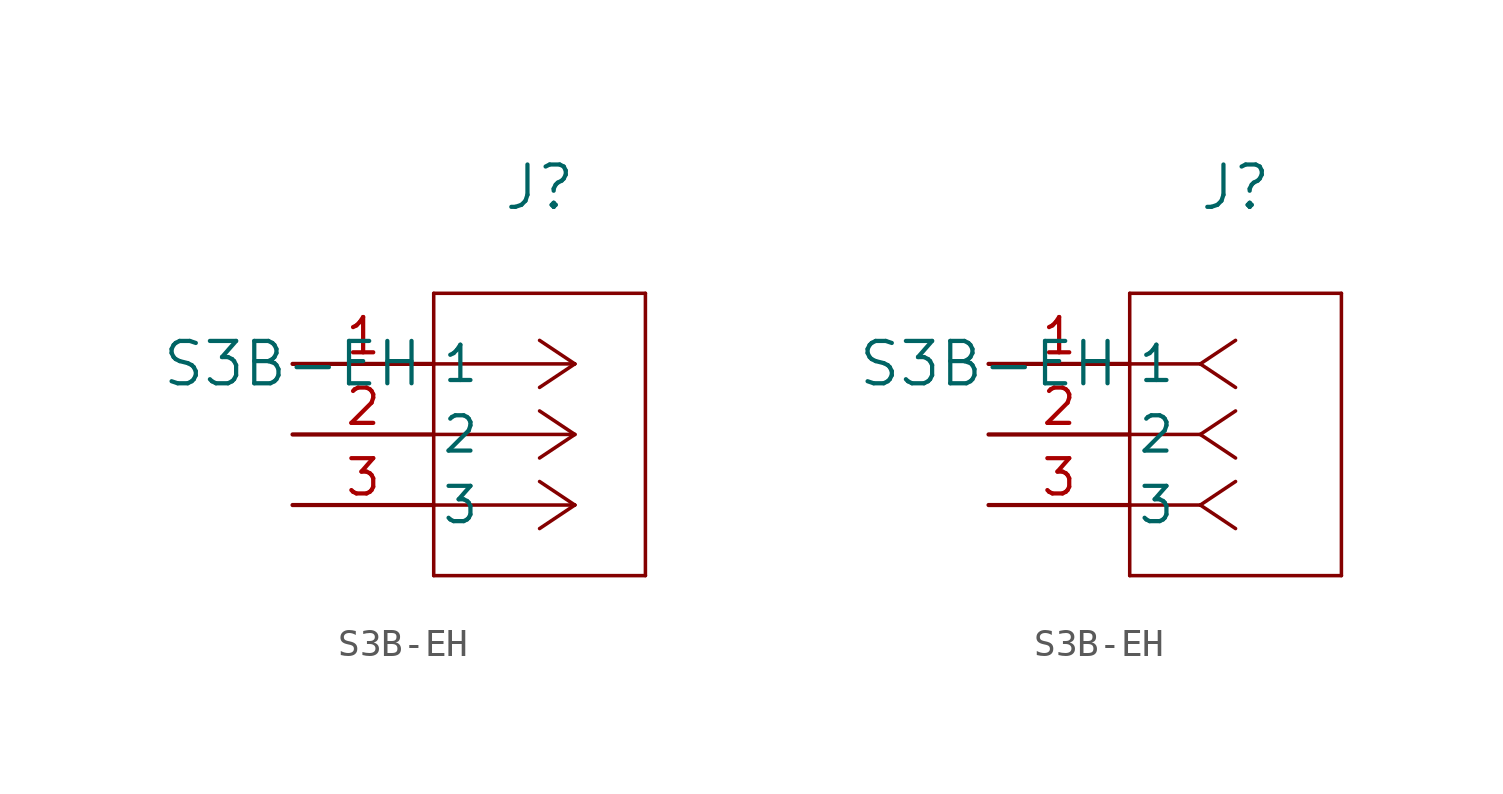
<source format=kicad_sym>
(kicad_symbol_lib
  (version 20241209)
  (generator "kicad_symbol_editor")
  (generator_version "9.0")
  (symbol "S3B-EH"
    (pin_names
      (offset 0.254))
    (property "Reference" "J"
      (at 8.89 6.35 0)
      (effects (font (size 1.524 1.524))))
    (property "Value" "S3B-EH"
      (at 0 0 0)
      (effects (font (size 1.524 1.524))))
    (property "ki_locked" ""
      (at 0 0 0)
      (effects (font (size 1.27 1.27))))
    (symbol "S3B-EH_1_1"
      (polyline (pts (xy 5.08 2.54) (xy 5.08 -7.62)) (stroke (width 0.127) (type default)) (fill (type none)))
      (polyline (pts (xy 5.08 -7.62) (xy 12.7 -7.62)) (stroke (width 0.127) (type default)) (fill (type none)))
      (polyline (pts (xy 10.16 0) (xy 5.08 0)) (stroke (width 0.127) (type default)) (fill (type none)))
      (polyline (pts (xy 10.16 0) (xy 8.89 0.847)) (stroke (width 0.127) (type default)) (fill (type none)))
      (polyline (pts (xy 10.16 0) (xy 8.89 -0.847)) (stroke (width 0.127) (type default)) (fill (type none)))
      (polyline (pts (xy 10.16 -2.54) (xy 5.08 -2.54)) (stroke (width 0.127) (type default)) (fill (type none)))
      (polyline (pts (xy 10.16 -2.54) (xy 8.89 -1.693)) (stroke (width 0.127) (type default)) (fill (type none)))
      (polyline (pts (xy 10.16 -2.54) (xy 8.89 -3.387)) (stroke (width 0.127) (type default)) (fill (type none)))
      (polyline (pts (xy 10.16 -5.08) (xy 5.08 -5.08)) (stroke (width 0.127) (type default)) (fill (type none)))
      (polyline (pts (xy 10.16 -5.08) (xy 8.89 -4.233)) (stroke (width 0.127) (type default)) (fill (type none)))
      (polyline (pts (xy 10.16 -5.08) (xy 8.89 -5.927)) (stroke (width 0.127) (type default)) (fill (type none)))
      (polyline (pts (xy 12.7 2.54) (xy 5.08 2.54)) (stroke (width 0.127) (type default)) (fill (type none)))
      (polyline (pts (xy 12.7 -7.62) (xy 12.7 2.54)) (stroke (width 0.127) (type default)) (fill (type none)))
      (pin power_in line (at 0 0 0) (length 5.08) (name "1" (effects (font (size 1.27 1.27)))) (number "1" (effects (font (size 1.27 1.27)))))
      (pin power_out line (at 0 -2.54 0) (length 5.08) (name "2" (effects (font (size 1.27 1.27)))) (number "2" (effects (font (size 1.27 1.27)))))
      (pin power_in line (at 0 -5.08 0) (length 5.08) (name "3" (effects (font (size 1.27 1.27)))) (number "3" (effects (font (size 1.27 1.27))))))
    (symbol "S3B-EH_1_2"
      (polyline (pts (xy 5.08 2.54) (xy 5.08 -7.62)) (stroke (width 0.127) (type default)) (fill (type none)))
      (polyline (pts (xy 5.08 -7.62) (xy 12.7 -7.62)) (stroke (width 0.127) (type default)) (fill (type none)))
      (polyline (pts (xy 7.62 0) (xy 5.08 0)) (stroke (width 0.127) (type default)) (fill (type none)))
      (polyline (pts (xy 7.62 0) (xy 8.89 0.847)) (stroke (width 0.127) (type default)) (fill (type none)))
      (polyline (pts (xy 7.62 0) (xy 8.89 -0.847)) (stroke (width 0.127) (type default)) (fill (type none)))
      (polyline (pts (xy 7.62 -2.54) (xy 5.08 -2.54)) (stroke (width 0.127) (type default)) (fill (type none)))
      (polyline (pts (xy 7.62 -2.54) (xy 8.89 -1.693)) (stroke (width 0.127) (type default)) (fill (type none)))
      (polyline (pts (xy 7.62 -2.54) (xy 8.89 -3.387)) (stroke (width 0.127) (type default)) (fill (type none)))
      (polyline (pts (xy 7.62 -5.08) (xy 5.08 -5.08)) (stroke (width 0.127) (type default)) (fill (type none)))
      (polyline (pts (xy 7.62 -5.08) (xy 8.89 -4.233)) (stroke (width 0.127) (type default)) (fill (type none)))
      (polyline (pts (xy 7.62 -5.08) (xy 8.89 -5.927)) (stroke (width 0.127) (type default)) (fill (type none)))
      (polyline (pts (xy 12.7 2.54) (xy 5.08 2.54)) (stroke (width 0.127) (type default)) (fill (type none)))
      (polyline (pts (xy 12.7 -7.62) (xy 12.7 2.54)) (stroke (width 0.127) (type default)) (fill (type none)))
      (pin unspecified line (at 0 0 0) (length 5.08) (name "1" (effects (font (size 1.27 1.27)))) (number "1" (effects (font (size 1.27 1.27)))))
      (pin unspecified line (at 0 -2.54 0) (length 5.08) (name "2" (effects (font (size 1.27 1.27)))) (number "2" (effects (font (size 1.27 1.27)))))
      (pin unspecified line (at 0 -5.08 0) (length 5.08) (name "3" (effects (font (size 1.27 1.27)))) (number "3" (effects (font (size 1.27 1.27))))))))
</source>
